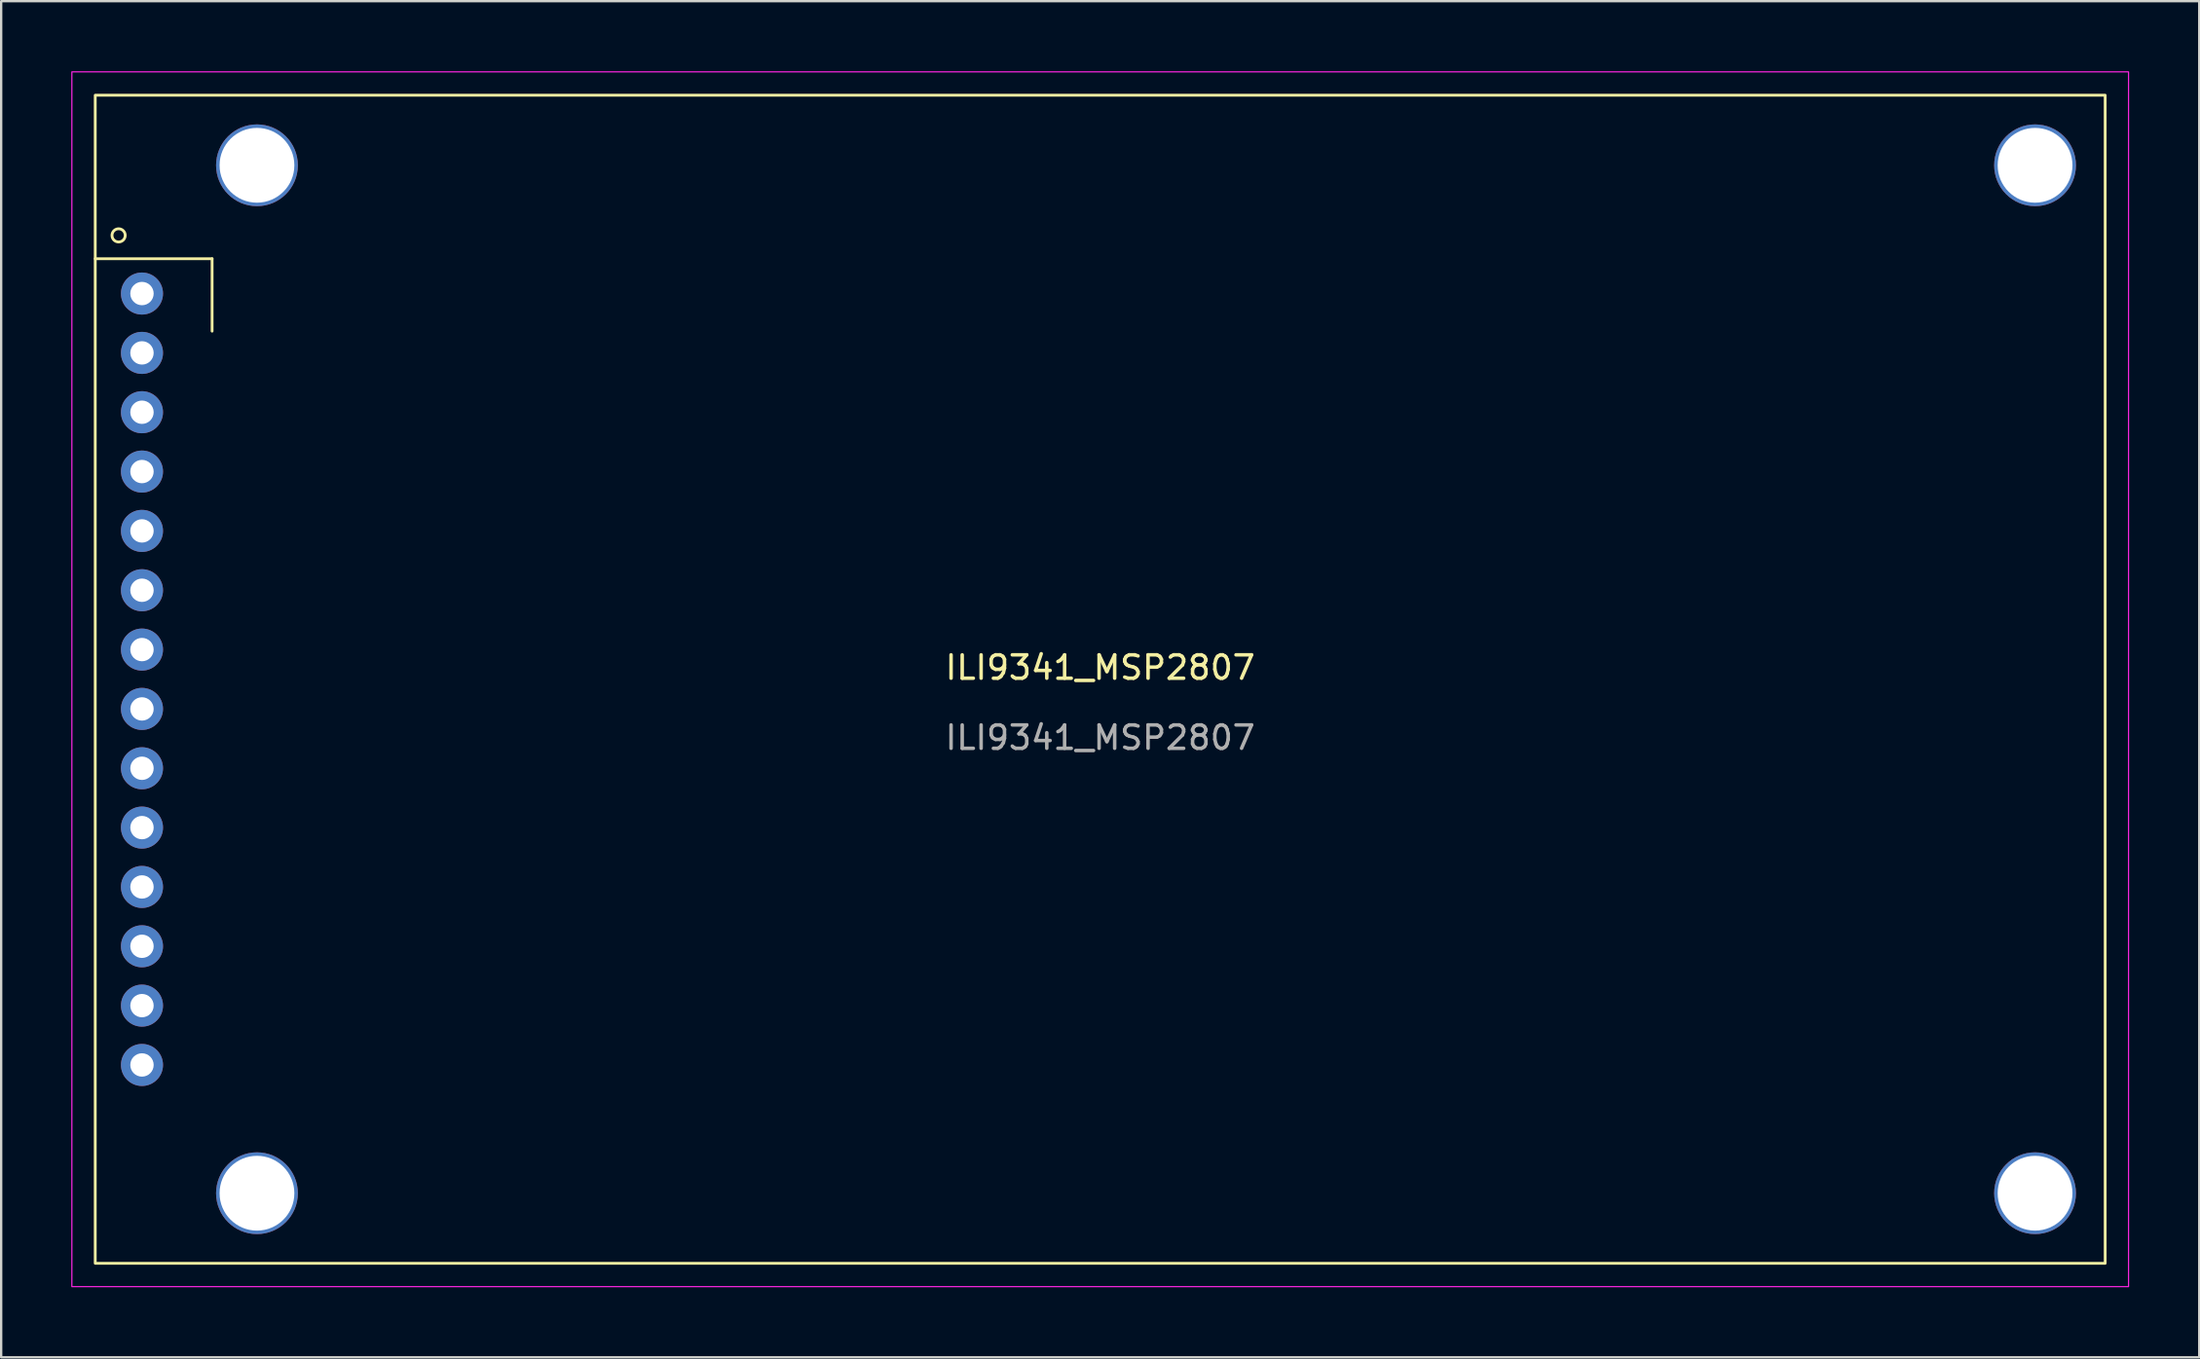
<source format=kicad_pcb>
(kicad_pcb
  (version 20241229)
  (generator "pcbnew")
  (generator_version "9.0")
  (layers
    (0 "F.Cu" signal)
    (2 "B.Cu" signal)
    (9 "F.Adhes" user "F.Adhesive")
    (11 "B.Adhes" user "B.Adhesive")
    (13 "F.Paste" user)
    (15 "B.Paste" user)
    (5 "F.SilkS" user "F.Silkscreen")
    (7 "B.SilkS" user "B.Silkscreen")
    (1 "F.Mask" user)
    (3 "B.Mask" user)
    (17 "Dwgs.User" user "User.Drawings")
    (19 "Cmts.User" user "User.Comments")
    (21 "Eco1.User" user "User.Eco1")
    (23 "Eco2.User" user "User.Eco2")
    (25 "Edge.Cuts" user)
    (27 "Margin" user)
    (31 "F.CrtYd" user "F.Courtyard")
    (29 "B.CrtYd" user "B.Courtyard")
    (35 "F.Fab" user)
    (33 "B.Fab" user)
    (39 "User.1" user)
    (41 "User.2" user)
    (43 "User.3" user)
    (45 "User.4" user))
  (footprint "ILI9341_MSP2807"
    (layer "F.Cu")
    (at 44.025 26.025)
    (property "Reference" "ILI9341_MSP2807" (at 0 -0.5 0) (unlocked yes) (layer "F.SilkS") (effects (font (size 1 1) (thickness 0.15))))
    (attr through_hole)
    (fp_line (start -43 -18) (end -38 -18) (stroke (width 0.12) (type solid)) (layer "F.SilkS"))
    (fp_line (start -38 -18) (end -38 -14.9) (stroke (width 0.12) (type solid)) (layer "F.SilkS"))
    (fp_rect (start -43 -25) (end 43 25) (stroke (width 0.12) (type solid)) (fill no) (layer "F.SilkS"))
    (fp_circle (center -42 -19) (end -41.8 -19.2) (stroke (width 0.12) (type solid)) (fill no) (layer "F.SilkS"))
    (fp_rect (start -44 -26) (end 44 26) (stroke (width 0.05) (type solid)) (fill no) (layer "F.CrtYd"))
    (fp_text user "${REFERENCE}" (at 0 2.5 0) (unlocked yes) (layer "F.Fab") (effects (font (size 1 1) (thickness 0.15))))
    (pad "" np_thru_hole circle (at -36.08 -22) (size 3.5 3.5) (drill 3.2) (layers "*.Cu" "*.Mask"))
    (pad "" np_thru_hole circle (at -36.08 22) (size 3.5 3.5) (drill 3.2) (layers "*.Cu" "*.Mask"))
    (pad "" np_thru_hole circle (at 40 -22) (size 3.5 3.5) (drill 3.2) (layers "*.Cu" "*.Mask"))
    (pad "" np_thru_hole circle (at 40 22) (size 3.5 3.5) (drill 3.2) (layers "*.Cu" "*.Mask"))
    (pad "1" thru_hole circle (at -41 -16.51) (size 1.8 1.8) (drill 1) (layers "*.Cu" "*.Mask"))
    (pad "2" thru_hole circle (at -41 -13.97) (size 1.8 1.8) (drill 1) (layers "*.Cu" "*.Mask"))
    (pad "3" thru_hole circle (at -41 -11.43) (size 1.8 1.8) (drill 1) (layers "*.Cu" "*.Mask"))
    (pad "4" thru_hole circle (at -41 -8.89) (size 1.8 1.8) (drill 1) (layers "*.Cu" "*.Mask"))
    (pad "5" thru_hole circle (at -41 -6.35) (size 1.8 1.8) (drill 1) (layers "*.Cu" "*.Mask"))
    (pad "6" thru_hole circle (at -41 -3.81) (size 1.8 1.8) (drill 1) (layers "*.Cu" "*.Mask"))
    (pad "7" thru_hole circle (at -41 -1.27) (size 1.8 1.8) (drill 1) (layers "*.Cu" "*.Mask"))
    (pad "8" thru_hole circle (at -41 1.27) (size 1.8 1.8) (drill 1) (layers "*.Cu" "*.Mask"))
    (pad "9" thru_hole circle (at -41 3.81) (size 1.8 1.8) (drill 1) (layers "*.Cu" "*.Mask"))
    (pad "10" thru_hole circle (at -41 6.35) (size 1.8 1.8) (drill 1) (layers "*.Cu" "*.Mask"))
    (pad "11" thru_hole circle (at -41 8.89) (size 1.8 1.8) (drill 1) (layers "*.Cu" "*.Mask"))
    (pad "12" thru_hole circle (at -41 11.43) (size 1.8 1.8) (drill 1) (layers "*.Cu" "*.Mask"))
    (pad "13" thru_hole circle (at -41 13.97) (size 1.8 1.8) (drill 1) (layers "*.Cu" "*.Mask"))
    (pad "14" thru_hole circle (at -41 16.51) (size 1.8 1.8) (drill 1) (layers "*.Cu" "*.Mask")))
  (gr_rect
    (start -3 -3)
    (end 91.05 55.05)
    (stroke (width 0.1) (type default))
    (fill no)
    (layer "Edge.Cuts")))
</source>
